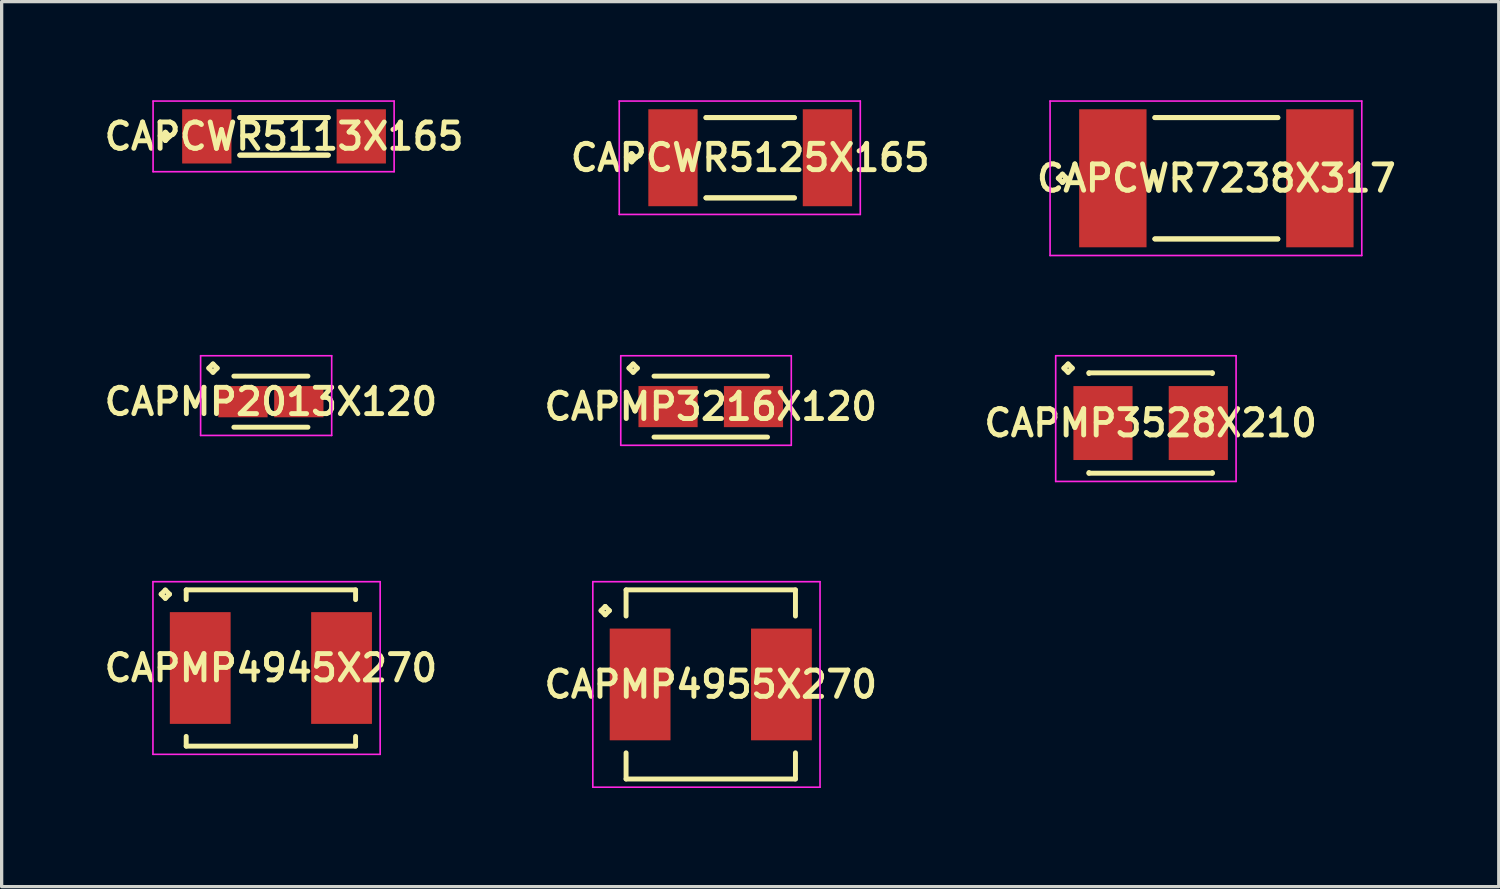
<source format=kicad_pcb>
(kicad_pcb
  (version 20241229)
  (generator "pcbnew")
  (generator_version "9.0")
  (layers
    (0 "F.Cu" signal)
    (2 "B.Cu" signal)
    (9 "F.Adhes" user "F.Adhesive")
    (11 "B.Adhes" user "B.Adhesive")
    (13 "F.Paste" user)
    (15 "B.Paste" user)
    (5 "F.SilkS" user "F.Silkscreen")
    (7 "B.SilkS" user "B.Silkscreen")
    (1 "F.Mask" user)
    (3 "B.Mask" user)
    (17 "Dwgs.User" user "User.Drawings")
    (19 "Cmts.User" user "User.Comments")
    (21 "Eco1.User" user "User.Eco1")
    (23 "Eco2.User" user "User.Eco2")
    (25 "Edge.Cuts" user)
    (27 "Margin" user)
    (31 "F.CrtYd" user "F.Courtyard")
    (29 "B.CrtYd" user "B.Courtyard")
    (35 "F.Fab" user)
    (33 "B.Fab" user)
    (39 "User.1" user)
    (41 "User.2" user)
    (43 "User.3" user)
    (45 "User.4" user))
  (footprint "CAPMP3528X210"
    (layer "F.Cu")
    (at 31.963 9.823)
    (property "Reference" "CAPMP3528X210" (at 0 0 0) (layer "F.SilkS") (effects (font (size 0.8 0.8) (thickness 0.15))))
    (attr smd)
    (fp_line (start -2.639 -1.671) (end -2.512 -1.798) (stroke (width 0.15) (type solid)) (layer "F.SilkS"))
    (fp_line (start -2.512 -1.798) (end -2.385 -1.671) (stroke (width 0.15) (type solid)) (layer "F.SilkS"))
    (fp_line (start -2.512 -1.544) (end -2.639 -1.671) (stroke (width 0.15) (type solid)) (layer "F.SilkS"))
    (fp_line (start -2.385 -1.671) (end -2.512 -1.544) (stroke (width 0.15) (type solid)) (layer "F.SilkS"))
    (fp_line (start -1.877 -1.527) (end 1.877 -1.527) (stroke (width 0.15) (type solid)) (layer "F.SilkS"))
    (fp_line (start -1.877 -1.506) (end -1.877 -1.527) (stroke (width 0.15) (type solid)) (layer "F.SilkS"))
    (fp_line (start -1.877 1.506) (end -1.877 1.527) (stroke (width 0.15) (type solid)) (layer "F.SilkS"))
    (fp_line (start -1.877 1.527) (end 1.877 1.527) (stroke (width 0.15) (type solid)) (layer "F.SilkS"))
    (fp_line (start 1.877 -1.527) (end 1.877 -1.506) (stroke (width 0.15) (type solid)) (layer "F.SilkS"))
    (fp_line (start 1.877 1.527) (end 1.877 1.506) (stroke (width 0.15) (type solid)) (layer "F.SilkS"))
    (fp_line (start -2.889 -2.048) (end 2.6 -2.048) (stroke (width 0.05) (type solid)) (layer "F.CrtYd"))
    (fp_line (start -2.889 1.777) (end -2.889 -2.048) (stroke (width 0.05) (type solid)) (layer "F.CrtYd"))
    (fp_line (start 2.6 -2.048) (end 2.6 1.777) (stroke (width 0.05) (type solid)) (layer "F.CrtYd"))
    (fp_line (start 2.6 1.777) (end -2.889 1.777) (stroke (width 0.05) (type solid)) (layer "F.CrtYd"))
    (pad "1" smd rect (at -1.45 0) (size 1.8 2.25) (layers "F.Cu" "F.Mask" "F.Paste"))
    (pad "2" smd rect (at 1.45 0) (size 1.8 2.25) (layers "F.Cu" "F.Mask" "F.Paste")))
  (footprint "CAPCWR7238X317"
    (layer "F.Cu")
    (at 33.963 2.375)
    (property "Reference" "CAPCWR7238X317" (at 0 0 0) (layer "F.SilkS") (effects (font (size 0.8 0.8) (thickness 0.15))))
    (attr smd)
    (fp_line (start -4.81 0) (end -4.683 -0.127) (stroke (width 0.15) (type solid)) (layer "F.SilkS"))
    (fp_line (start -4.683 -0.127) (end -4.556 0) (stroke (width 0.15) (type solid)) (layer "F.SilkS"))
    (fp_line (start -4.683 0.127) (end -4.81 0) (stroke (width 0.15) (type solid)) (layer "F.SilkS"))
    (fp_line (start -4.556 0) (end -4.683 0.127) (stroke (width 0.15) (type solid)) (layer "F.SilkS"))
    (fp_line (start -1.871 -1.846) (end 1.871 -1.846) (stroke (width 0.15) (type solid)) (layer "F.SilkS"))
    (fp_line (start -1.871 1.846) (end 1.871 1.846) (stroke (width 0.15) (type solid)) (layer "F.SilkS"))
    (fp_line (start 1.871 -1.846) (end -1.871 -1.846) (stroke (width 0.15) (type solid)) (layer "F.SilkS"))
    (fp_line (start 1.871 1.846) (end -1.871 1.846) (stroke (width 0.15) (type solid)) (layer "F.SilkS"))
    (fp_line (start -5.06 -2.35) (end 4.425 -2.35) (stroke (width 0.05) (type solid)) (layer "F.CrtYd"))
    (fp_line (start -5.06 2.35) (end -5.06 -2.35) (stroke (width 0.05) (type solid)) (layer "F.CrtYd"))
    (fp_line (start 4.425 -2.35) (end 4.425 2.35) (stroke (width 0.05) (type solid)) (layer "F.CrtYd"))
    (fp_line (start 4.425 2.35) (end -5.06 2.35) (stroke (width 0.05) (type solid)) (layer "F.CrtYd"))
    (pad "1" smd rect (at -3.15 0) (size 2.05 4.2) (layers "F.Cu" "F.Mask" "F.Paste"))
    (pad "2" smd rect (at 3.15 0) (size 2.05 4.2) (layers "F.Cu" "F.Mask" "F.Paste")))
  (footprint "CAPMP3216X120"
    (layer "F.Cu")
    (at 18.578 9.323)
    (property "Reference" "CAPMP3216X120" (at 0 0 0) (layer "F.SilkS") (effects (font (size 0.8 0.8) (thickness 0.15))))
    (attr smd)
    (fp_line (start -2.489 -1.171) (end -2.362 -1.298) (stroke (width 0.15) (type solid)) (layer "F.SilkS"))
    (fp_line (start -2.362 -1.298) (end -2.235 -1.171) (stroke (width 0.15) (type solid)) (layer "F.SilkS"))
    (fp_line (start -2.362 -1.044) (end -2.489 -1.171) (stroke (width 0.15) (type solid)) (layer "F.SilkS"))
    (fp_line (start -2.235 -1.171) (end -2.362 -1.044) (stroke (width 0.15) (type solid)) (layer "F.SilkS"))
    (fp_line (start -1.727 -0.927) (end 1.727 -0.927) (stroke (width 0.15) (type solid)) (layer "F.SilkS"))
    (fp_line (start -1.727 0.927) (end 1.727 0.927) (stroke (width 0.15) (type solid)) (layer "F.SilkS"))
    (fp_line (start -2.739 -1.548) (end 2.45 -1.548) (stroke (width 0.05) (type solid)) (layer "F.CrtYd"))
    (fp_line (start -2.739 1.177) (end -2.739 -1.548) (stroke (width 0.05) (type solid)) (layer "F.CrtYd"))
    (fp_line (start 2.45 -1.548) (end 2.45 1.177) (stroke (width 0.05) (type solid)) (layer "F.CrtYd"))
    (fp_line (start 2.45 1.177) (end -2.739 1.177) (stroke (width 0.05) (type solid)) (layer "F.CrtYd"))
    (pad "1" smd rect (at -1.3 0) (size 1.8 1.25) (layers "F.Cu" "F.Mask" "F.Paste"))
    (pad "2" smd rect (at 1.3 0) (size 1.8 1.25) (layers "F.Cu" "F.Mask" "F.Paste")))
  (footprint "CAPMP4945X270"
    (layer "F.Cu")
    (at 5.193 17.277)
    (property "Reference" "CAPMP4945X270" (at 0 0 0) (layer "F.SilkS") (effects (font (size 0.8 0.8) (thickness 0.15))))
    (attr smd)
    (fp_line (start -3.339 -2.246) (end -3.212 -2.373) (stroke (width 0.15) (type solid)) (layer "F.SilkS"))
    (fp_line (start -3.212 -2.373) (end -3.085 -2.246) (stroke (width 0.15) (type solid)) (layer "F.SilkS"))
    (fp_line (start -3.212 -2.119) (end -3.339 -2.246) (stroke (width 0.15) (type solid)) (layer "F.SilkS"))
    (fp_line (start -3.085 -2.246) (end -3.212 -2.119) (stroke (width 0.15) (type solid)) (layer "F.SilkS"))
    (fp_line (start -2.577 -2.377) (end 2.577 -2.377) (stroke (width 0.15) (type solid)) (layer "F.SilkS"))
    (fp_line (start -2.577 -2.081) (end -2.577 -2.377) (stroke (width 0.15) (type solid)) (layer "F.SilkS"))
    (fp_line (start -2.577 2.081) (end -2.577 2.377) (stroke (width 0.15) (type solid)) (layer "F.SilkS"))
    (fp_line (start -2.577 2.377) (end 2.577 2.377) (stroke (width 0.15) (type solid)) (layer "F.SilkS"))
    (fp_line (start 2.577 -2.377) (end 2.577 -2.081) (stroke (width 0.15) (type solid)) (layer "F.SilkS"))
    (fp_line (start 2.577 2.377) (end 2.577 2.081) (stroke (width 0.15) (type solid)) (layer "F.SilkS"))
    (fp_line (start -3.589 -2.627) (end 3.325 -2.627) (stroke (width 0.05) (type solid)) (layer "F.CrtYd"))
    (fp_line (start -3.589 2.627) (end -3.589 -2.627) (stroke (width 0.05) (type solid)) (layer "F.CrtYd"))
    (fp_line (start 3.325 -2.627) (end 3.325 2.627) (stroke (width 0.05) (type solid)) (layer "F.CrtYd"))
    (fp_line (start 3.325 2.627) (end -3.589 2.627) (stroke (width 0.05) (type solid)) (layer "F.CrtYd"))
    (pad "1" smd rect (at -2.15 0) (size 1.85 3.4) (layers "F.Cu" "F.Mask" "F.Paste"))
    (pad "2" smd rect (at 2.15 0) (size 1.85 3.4) (layers "F.Cu" "F.Mask" "F.Paste")))
  (footprint "CAPCWR5125X165"
    (layer "F.Cu")
    (at 19.778 1.75)
    (property "Reference" "CAPCWR5125X165" (at 0 0 0) (layer "F.SilkS") (effects (font (size 0.8 0.8) (thickness 0.15))))
    (attr smd)
    (fp_line (start -3.735 0) (end -3.608 -0.127) (stroke (width 0.15) (type solid)) (layer "F.SilkS"))
    (fp_line (start -3.608 -0.127) (end -3.481 0) (stroke (width 0.15) (type solid)) (layer "F.SilkS"))
    (fp_line (start -3.608 0.127) (end -3.735 0) (stroke (width 0.15) (type solid)) (layer "F.SilkS"))
    (fp_line (start -3.481 0) (end -3.608 0.127) (stroke (width 0.15) (type solid)) (layer "F.SilkS"))
    (fp_line (start -1.346 -1.221) (end 1.346 -1.221) (stroke (width 0.15) (type solid)) (layer "F.SilkS"))
    (fp_line (start -1.346 1.221) (end 1.346 1.221) (stroke (width 0.15) (type solid)) (layer "F.SilkS"))
    (fp_line (start 1.346 -1.221) (end -1.346 -1.221) (stroke (width 0.15) (type solid)) (layer "F.SilkS"))
    (fp_line (start 1.346 1.221) (end -1.346 1.221) (stroke (width 0.15) (type solid)) (layer "F.SilkS"))
    (fp_line (start -3.985 -1.725) (end 3.35 -1.725) (stroke (width 0.05) (type solid)) (layer "F.CrtYd"))
    (fp_line (start -3.985 1.725) (end -3.985 -1.725) (stroke (width 0.05) (type solid)) (layer "F.CrtYd"))
    (fp_line (start 3.35 -1.725) (end 3.35 1.725) (stroke (width 0.05) (type solid)) (layer "F.CrtYd"))
    (fp_line (start 3.35 1.725) (end -3.985 1.725) (stroke (width 0.05) (type solid)) (layer "F.CrtYd"))
    (pad "1" smd rect (at -2.35 0) (size 1.5 2.95) (layers "F.Cu" "F.Mask" "F.Paste"))
    (pad "2" smd rect (at 2.35 0) (size 1.5 2.95) (layers "F.Cu" "F.Mask" "F.Paste")))
  (footprint "CAPMP2013X120"
    (layer "F.Cu")
    (at 5.193 9.173)
    (property "Reference" "CAPMP2013X120" (at 0 0 0) (layer "F.SilkS") (effects (font (size 0.8 0.8) (thickness 0.15))))
    (attr smd)
    (fp_line (start -1.889 -1.021) (end -1.762 -1.148) (stroke (width 0.15) (type solid)) (layer "F.SilkS"))
    (fp_line (start -1.762 -1.148) (end -1.635 -1.021) (stroke (width 0.15) (type solid)) (layer "F.SilkS"))
    (fp_line (start -1.762 -0.894) (end -1.889 -1.021) (stroke (width 0.15) (type solid)) (layer "F.SilkS"))
    (fp_line (start -1.635 -1.021) (end -1.762 -0.894) (stroke (width 0.15) (type solid)) (layer "F.SilkS"))
    (fp_line (start -1.127 -0.777) (end 1.127 -0.777) (stroke (width 0.15) (type solid)) (layer "F.SilkS"))
    (fp_line (start -1.127 0.777) (end 1.127 0.777) (stroke (width 0.15) (type solid)) (layer "F.SilkS"))
    (fp_line (start -2.139 -1.398) (end 1.85 -1.398) (stroke (width 0.05) (type solid)) (layer "F.CrtYd"))
    (fp_line (start -2.139 1.027) (end -2.139 -1.398) (stroke (width 0.05) (type solid)) (layer "F.CrtYd"))
    (fp_line (start 1.85 -1.398) (end 1.85 1.027) (stroke (width 0.05) (type solid)) (layer "F.CrtYd"))
    (fp_line (start 1.85 1.027) (end -2.139 1.027) (stroke (width 0.05) (type solid)) (layer "F.CrtYd"))
    (pad "1" smd rect (at -0.85 0) (size 1.5 0.95) (layers "F.Cu" "F.Mask" "F.Paste"))
    (pad "2" smd rect (at 0.85 0) (size 1.5 0.95) (layers "F.Cu" "F.Mask" "F.Paste")))
  (footprint "CAPCWR5113X165"
    (layer "F.Cu")
    (at 5.593 1.1)
    (property "Reference" "CAPCWR5113X165" (at 0 0 0) (layer "F.SilkS") (effects (font (size 0.8 0.8) (thickness 0.15))))
    (attr smd)
    (fp_line (start -3.735 0) (end -3.608 -0.127) (stroke (width 0.15) (type solid)) (layer "F.SilkS"))
    (fp_line (start -3.608 -0.127) (end -3.481 0) (stroke (width 0.15) (type solid)) (layer "F.SilkS"))
    (fp_line (start -3.608 0.127) (end -3.735 0) (stroke (width 0.15) (type solid)) (layer "F.SilkS"))
    (fp_line (start -3.481 0) (end -3.608 0.127) (stroke (width 0.15) (type solid)) (layer "F.SilkS"))
    (fp_line (start -1.346 -0.571) (end 1.346 -0.571) (stroke (width 0.15) (type solid)) (layer "F.SilkS"))
    (fp_line (start -1.346 0.571) (end 1.346 0.571) (stroke (width 0.15) (type solid)) (layer "F.SilkS"))
    (fp_line (start 1.346 -0.571) (end -1.346 -0.571) (stroke (width 0.15) (type solid)) (layer "F.SilkS"))
    (fp_line (start 1.346 0.571) (end -1.346 0.571) (stroke (width 0.15) (type solid)) (layer "F.SilkS"))
    (fp_line (start -3.985 -1.075) (end 3.35 -1.075) (stroke (width 0.05) (type solid)) (layer "F.CrtYd"))
    (fp_line (start -3.985 1.075) (end -3.985 -1.075) (stroke (width 0.05) (type solid)) (layer "F.CrtYd"))
    (fp_line (start 3.35 -1.075) (end 3.35 1.075) (stroke (width 0.05) (type solid)) (layer "F.CrtYd"))
    (fp_line (start 3.35 1.075) (end -3.985 1.075) (stroke (width 0.05) (type solid)) (layer "F.CrtYd"))
    (pad "1" smd rect (at -2.35 0) (size 1.5 1.65) (layers "F.Cu" "F.Mask" "F.Paste"))
    (pad "2" smd rect (at 2.35 0) (size 1.5 1.65) (layers "F.Cu" "F.Mask" "F.Paste")))
  (footprint "CAPMP4955X270"
    (layer "F.Cu")
    (at 18.578 17.777)
    (property "Reference" "CAPMP4955X270" (at 0 0 0) (layer "F.SilkS") (effects (font (size 0.8 0.8) (thickness 0.15))))
    (attr smd)
    (fp_line (start -3.339 -2.246) (end -3.212 -2.373) (stroke (width 0.15) (type solid)) (layer "F.SilkS"))
    (fp_line (start -3.212 -2.373) (end -3.085 -2.246) (stroke (width 0.15) (type solid)) (layer "F.SilkS"))
    (fp_line (start -3.212 -2.119) (end -3.339 -2.246) (stroke (width 0.15) (type solid)) (layer "F.SilkS"))
    (fp_line (start -3.085 -2.246) (end -3.212 -2.119) (stroke (width 0.15) (type solid)) (layer "F.SilkS"))
    (fp_line (start -2.577 -2.877) (end 2.577 -2.877) (stroke (width 0.15) (type solid)) (layer "F.SilkS"))
    (fp_line (start -2.577 -2.081) (end -2.577 -2.877) (stroke (width 0.15) (type solid)) (layer "F.SilkS"))
    (fp_line (start -2.577 2.081) (end -2.577 2.877) (stroke (width 0.15) (type solid)) (layer "F.SilkS"))
    (fp_line (start -2.577 2.877) (end 2.577 2.877) (stroke (width 0.15) (type solid)) (layer "F.SilkS"))
    (fp_line (start 2.577 -2.877) (end 2.577 -2.081) (stroke (width 0.15) (type solid)) (layer "F.SilkS"))
    (fp_line (start 2.577 2.877) (end 2.577 2.081) (stroke (width 0.15) (type solid)) (layer "F.SilkS"))
    (fp_line (start -3.589 -3.127) (end 3.325 -3.127) (stroke (width 0.05) (type solid)) (layer "F.CrtYd"))
    (fp_line (start -3.589 3.127) (end -3.589 -3.127) (stroke (width 0.05) (type solid)) (layer "F.CrtYd"))
    (fp_line (start 3.325 -3.127) (end 3.325 3.127) (stroke (width 0.05) (type solid)) (layer "F.CrtYd"))
    (fp_line (start 3.325 3.127) (end -3.589 3.127) (stroke (width 0.05) (type solid)) (layer "F.CrtYd"))
    (pad "1" smd rect (at -2.15 0) (size 1.85 3.4) (layers "F.Cu" "F.Mask" "F.Paste"))
    (pad "2" smd rect (at 2.15 0) (size 1.85 3.4) (layers "F.Cu" "F.Mask" "F.Paste")))
  (gr_rect
    (start -3 -3)
    (end 42.556 23.929)
    (stroke (width 0.1) (type default))
    (fill no)
    (layer "Edge.Cuts")))
</source>
